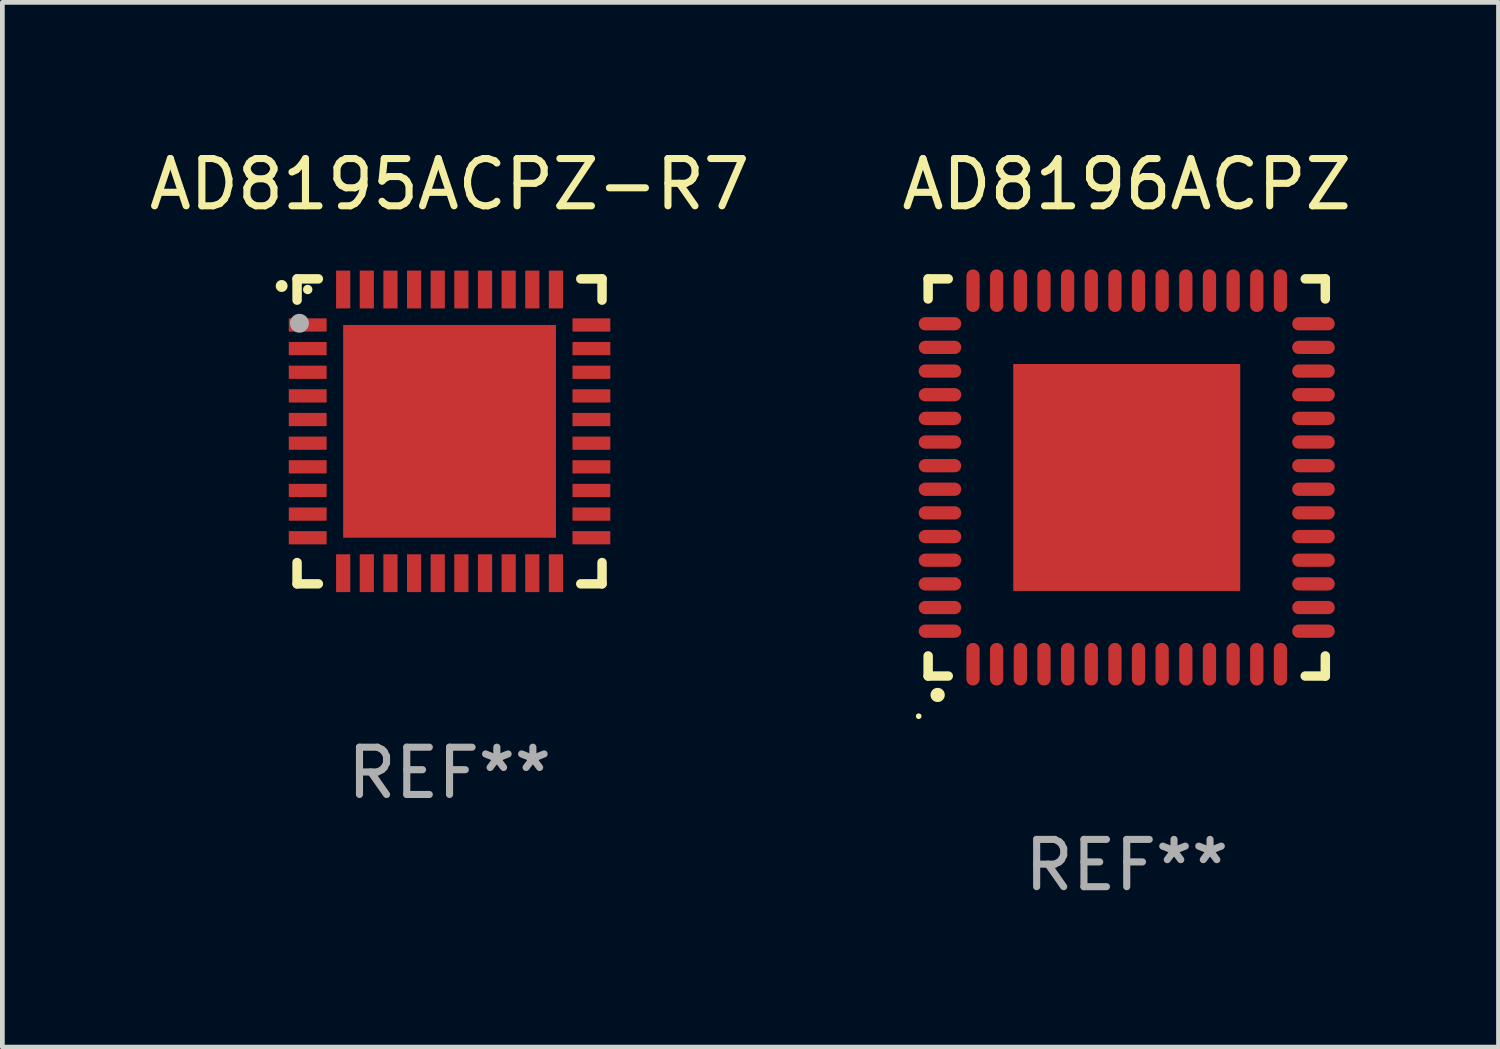
<source format=kicad_pcb>
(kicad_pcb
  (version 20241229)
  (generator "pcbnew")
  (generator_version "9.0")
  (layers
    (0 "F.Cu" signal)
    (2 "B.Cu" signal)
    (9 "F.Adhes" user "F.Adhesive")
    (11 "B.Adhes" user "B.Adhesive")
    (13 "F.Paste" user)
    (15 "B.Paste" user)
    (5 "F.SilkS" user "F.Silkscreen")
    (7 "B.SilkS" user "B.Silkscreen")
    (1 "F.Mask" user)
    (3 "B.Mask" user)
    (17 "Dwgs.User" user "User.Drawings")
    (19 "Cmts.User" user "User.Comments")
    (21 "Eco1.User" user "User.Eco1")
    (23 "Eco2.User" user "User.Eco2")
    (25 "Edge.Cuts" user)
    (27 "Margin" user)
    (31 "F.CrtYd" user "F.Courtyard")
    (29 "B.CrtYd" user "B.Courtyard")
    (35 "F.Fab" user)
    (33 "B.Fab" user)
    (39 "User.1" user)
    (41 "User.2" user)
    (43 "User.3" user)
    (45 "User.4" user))
  (footprint "AD8195ACPZ-R7"
    (layer "F.Cu")
    (at 6.458 6.073)
    (property "Reference" "AD8195ACPZ-R7" (at 0 -5.225 0) (layer "F.SilkS") (effects (font (size 1 1) (thickness 0.15))))
    (attr through_hole)
    (fp_line (start -3.225 -3.225) (end -2.775 -3.225) (stroke (width 0.2) (type solid)) (layer "F.SilkS"))
    (fp_line (start -3.225 -2.775) (end -3.225 -3.225) (stroke (width 0.2) (type solid)) (layer "F.SilkS"))
    (fp_line (start -3.225 2.775) (end -3.225 3.225) (stroke (width 0.2) (type solid)) (layer "F.SilkS"))
    (fp_line (start -3.225 3.225) (end -2.775 3.225) (stroke (width 0.2) (type solid)) (layer "F.SilkS"))
    (fp_line (start 2.775 -3.225) (end 3.225 -3.225) (stroke (width 0.2) (type solid)) (layer "F.SilkS"))
    (fp_line (start 2.775 3.225) (end 3.225 3.225) (stroke (width 0.2) (type solid)) (layer "F.SilkS"))
    (fp_line (start 3.225 -3.225) (end 3.225 -2.775) (stroke (width 0.2) (type solid)) (layer "F.SilkS"))
    (fp_line (start 3.225 3.225) (end 3.225 2.775) (stroke (width 0.2) (type solid)) (layer "F.SilkS"))
    (fp_arc (start -3.55094 -3.073406) (mid -3.550946 -3.074676) (end -3.55094 -3.075946) (stroke (width 0.25) (type solid)) (layer "F.SilkS"))
    (fp_circle (center -3 -3) (end -2.95 -3) (stroke (width 0.1) (type solid)) (fill no) (layer "F.SilkS"))
    (fp_circle (center -3.175 -2.286) (end -3.075 -2.286) (stroke (width 0.2) (type solid)) (fill no) (layer "F.Fab"))
    (fp_text user "REF**" (at 0 7.225 0) (layer "F.Fab") (effects (font (size 1 1) (thickness 0.15))))
    (pad "1" smd rect (at -3 -2.25) (size 0.8 0.28) (layers "F.Cu" "F.Mask" "F.Paste"))
    (pad "2" smd rect (at -3 -1.75) (size 0.8 0.28) (layers "F.Cu" "F.Mask" "F.Paste"))
    (pad "3" smd rect (at -3 -1.25) (size 0.8 0.28) (layers "F.Cu" "F.Mask" "F.Paste"))
    (pad "4" smd rect (at -3 -0.75) (size 0.8 0.28) (layers "F.Cu" "F.Mask" "F.Paste"))
    (pad "5" smd rect (at -3 -0.25) (size 0.8 0.28) (layers "F.Cu" "F.Mask" "F.Paste"))
    (pad "6" smd rect (at -3 0.25) (size 0.8 0.28) (layers "F.Cu" "F.Mask" "F.Paste"))
    (pad "7" smd rect (at -3 0.75) (size 0.8 0.28) (layers "F.Cu" "F.Mask" "F.Paste"))
    (pad "8" smd rect (at -3 1.25) (size 0.8 0.28) (layers "F.Cu" "F.Mask" "F.Paste"))
    (pad "9" smd rect (at -3 1.75) (size 0.8 0.28) (layers "F.Cu" "F.Mask" "F.Paste"))
    (pad "10" smd rect (at -3 2.25) (size 0.8 0.28) (layers "F.Cu" "F.Mask" "F.Paste"))
    (pad "11" smd rect (at -2.25 3) (size 0.3 0.8) (layers "F.Cu" "F.Mask" "F.Paste"))
    (pad "12" smd rect (at -1.75 3) (size 0.3 0.8) (layers "F.Cu" "F.Mask" "F.Paste"))
    (pad "13" smd rect (at -1.25 3) (size 0.3 0.8) (layers "F.Cu" "F.Mask" "F.Paste"))
    (pad "14" smd rect (at -0.75 3) (size 0.3 0.8) (layers "F.Cu" "F.Mask" "F.Paste"))
    (pad "15" smd rect (at -0.25 3) (size 0.3 0.8) (layers "F.Cu" "F.Mask" "F.Paste"))
    (pad "16" smd rect (at 0.25 3) (size 0.3 0.8) (layers "F.Cu" "F.Mask" "F.Paste"))
    (pad "17" smd rect (at 0.75 3) (size 0.3 0.8) (layers "F.Cu" "F.Mask" "F.Paste"))
    (pad "18" smd rect (at 1.25 3) (size 0.3 0.8) (layers "F.Cu" "F.Mask" "F.Paste"))
    (pad "19" smd rect (at 1.75 3) (size 0.3 0.8) (layers "F.Cu" "F.Mask" "F.Paste"))
    (pad "20" smd rect (at 2.25 3) (size 0.3 0.8) (layers "F.Cu" "F.Mask" "F.Paste"))
    (pad "21" smd rect (at 3 2.25) (size 0.8 0.28) (layers "F.Cu" "F.Mask" "F.Paste"))
    (pad "22" smd rect (at 3 1.75) (size 0.8 0.28) (layers "F.Cu" "F.Mask" "F.Paste"))
    (pad "23" smd rect (at 3 1.25) (size 0.8 0.28) (layers "F.Cu" "F.Mask" "F.Paste"))
    (pad "24" smd rect (at 3 0.75) (size 0.8 0.28) (layers "F.Cu" "F.Mask" "F.Paste"))
    (pad "25" smd rect (at 3 0.25) (size 0.8 0.28) (layers "F.Cu" "F.Mask" "F.Paste"))
    (pad "26" smd rect (at 3 -0.25) (size 0.8 0.28) (layers "F.Cu" "F.Mask" "F.Paste"))
    (pad "27" smd rect (at 3 -0.75) (size 0.8 0.28) (layers "F.Cu" "F.Mask" "F.Paste"))
    (pad "28" smd rect (at 3 -1.25) (size 0.8 0.28) (layers "F.Cu" "F.Mask" "F.Paste"))
    (pad "29" smd rect (at 3 -1.75) (size 0.8 0.28) (layers "F.Cu" "F.Mask" "F.Paste"))
    (pad "30" smd rect (at 3 -2.25) (size 0.8 0.28) (layers "F.Cu" "F.Mask" "F.Paste"))
    (pad "31" smd rect (at 2.25 -3) (size 0.3 0.8) (layers "F.Cu" "F.Mask" "F.Paste"))
    (pad "32" smd rect (at 1.75 -3) (size 0.3 0.8) (layers "F.Cu" "F.Mask" "F.Paste"))
    (pad "33" smd rect (at 1.25 -3) (size 0.3 0.8) (layers "F.Cu" "F.Mask" "F.Paste"))
    (pad "34" smd rect (at 0.75 -3) (size 0.3 0.8) (layers "F.Cu" "F.Mask" "F.Paste"))
    (pad "35" smd rect (at 0.25 -3) (size 0.3 0.8) (layers "F.Cu" "F.Mask" "F.Paste"))
    (pad "36" smd rect (at -0.25 -3) (size 0.3 0.8) (layers "F.Cu" "F.Mask" "F.Paste"))
    (pad "37" smd rect (at -0.75 -3) (size 0.3 0.8) (layers "F.Cu" "F.Mask" "F.Paste"))
    (pad "38" smd rect (at -1.25 -3) (size 0.3 0.8) (layers "F.Cu" "F.Mask" "F.Paste"))
    (pad "39" smd rect (at -1.75 -3) (size 0.3 0.8) (layers "F.Cu" "F.Mask" "F.Paste"))
    (pad "40" smd rect (at -2.25 -3) (size 0.3 0.8) (layers "F.Cu" "F.Mask" "F.Paste"))
    (pad "41" smd rect (at -0.000013 0) (size 4.5 4.5) (layers "F.Cu" "F.Mask" "F.Paste")))
  (footprint "AD8196ACPZ"
    (layer "F.Cu")
    (at 20.78 7.048)
    (property "Reference" "AD8196ACPZ" (at 0 -6.2 0) (layer "F.SilkS") (effects (font (size 1 1) (thickness 0.15))))
    (attr through_hole)
    (fp_line (start -4.2 -4.2) (end -4.2 -3.775) (stroke (width 0.2) (type solid)) (layer "F.SilkS"))
    (fp_line (start -4.2 4.2) (end -4.2 3.775) (stroke (width 0.2) (type solid)) (layer "F.SilkS"))
    (fp_line (start -3.775 -4.2) (end -4.2 -4.2) (stroke (width 0.2) (type solid)) (layer "F.SilkS"))
    (fp_line (start -3.775 4.2) (end -4.2 4.2) (stroke (width 0.2) (type solid)) (layer "F.SilkS"))
    (fp_line (start 3.775 4.2) (end 4.2 4.2) (stroke (width 0.2) (type solid)) (layer "F.SilkS"))
    (fp_line (start 4.2 -4.2) (end 3.775 -4.2) (stroke (width 0.2) (type solid)) (layer "F.SilkS"))
    (fp_line (start 4.2 -3.775) (end 4.2 -4.2) (stroke (width 0.2) (type solid)) (layer "F.SilkS"))
    (fp_line (start 4.2 4.2) (end 4.2 3.775) (stroke (width 0.2) (type solid)) (layer "F.SilkS"))
    (fp_arc (start -4.000508 4.599949) (mid -3.999238 4.599944) (end -3.997968 4.599949) (stroke (width 0.3) (type solid)) (layer "F.SilkS"))
    (fp_circle (center -4.4 5.05) (end -4.37 5.05) (stroke (width 0.06) (type solid)) (fill no) (layer "F.SilkS"))
    (fp_text user "REF**" (at 0 8.2 0) (layer "F.Fab") (effects (font (size 1 1) (thickness 0.15))))
    (pad "1" smd oval (at -3.251 3.95 180) (size 0.28 0.9) (layers "F.Cu" "F.Mask" "F.Paste"))
    (pad "2" smd oval (at -2.751 3.95 180) (size 0.28 0.9) (layers "F.Cu" "F.Mask" "F.Paste"))
    (pad "3" smd oval (at -2.25 3.95 180) (size 0.28 0.9) (layers "F.Cu" "F.Mask" "F.Paste"))
    (pad "4" smd oval (at -1.75 3.95 180) (size 0.28 0.9) (layers "F.Cu" "F.Mask" "F.Paste"))
    (pad "5" smd oval (at -1.25 3.95 180) (size 0.28 0.9) (layers "F.Cu" "F.Mask" "F.Paste"))
    (pad "6" smd oval (at -0.749 3.95 180) (size 0.28 0.9) (layers "F.Cu" "F.Mask" "F.Paste"))
    (pad "7" smd oval (at -0.249 3.95 180) (size 0.28 0.9) (layers "F.Cu" "F.Mask" "F.Paste"))
    (pad "8" smd oval (at 0.249 3.95 180) (size 0.28 0.9) (layers "F.Cu" "F.Mask" "F.Paste"))
    (pad "9" smd oval (at 0.749 3.95 180) (size 0.28 0.9) (layers "F.Cu" "F.Mask" "F.Paste"))
    (pad "10" smd oval (at 1.25 3.95 180) (size 0.28 0.9) (layers "F.Cu" "F.Mask" "F.Paste"))
    (pad "11" smd oval (at 1.75 3.95 180) (size 0.28 0.9) (layers "F.Cu" "F.Mask" "F.Paste"))
    (pad "12" smd oval (at 2.251 3.95 180) (size 0.28 0.9) (layers "F.Cu" "F.Mask" "F.Paste"))
    (pad "13" smd oval (at 2.751 3.95 180) (size 0.28 0.9) (layers "F.Cu" "F.Mask" "F.Paste"))
    (pad "14" smd oval (at 3.251 3.95 180) (size 0.28 0.9) (layers "F.Cu" "F.Mask" "F.Paste"))
    (pad "15" smd oval (at 3.95 3.251 90) (size 0.28 0.9) (layers "F.Cu" "F.Mask" "F.Paste"))
    (pad "16" smd oval (at 3.95 2.751 90) (size 0.28 0.9) (layers "F.Cu" "F.Mask" "F.Paste"))
    (pad "17" smd oval (at 3.95 2.251 90) (size 0.28 0.9) (layers "F.Cu" "F.Mask" "F.Paste"))
    (pad "18" smd oval (at 3.95 1.75 90) (size 0.28 0.9) (layers "F.Cu" "F.Mask" "F.Paste"))
    (pad "19" smd oval (at 3.95 1.25 90) (size 0.28 0.9) (layers "F.Cu" "F.Mask" "F.Paste"))
    (pad "20" smd oval (at 3.95 0.749 90) (size 0.28 0.9) (layers "F.Cu" "F.Mask" "F.Paste"))
    (pad "21" smd oval (at 3.95 0.249 90) (size 0.28 0.9) (layers "F.Cu" "F.Mask" "F.Paste"))
    (pad "22" smd oval (at 3.95 -0.249 90) (size 0.28 0.9) (layers "F.Cu" "F.Mask" "F.Paste"))
    (pad "23" smd oval (at 3.95 -0.749 90) (size 0.28 0.9) (layers "F.Cu" "F.Mask" "F.Paste"))
    (pad "24" smd oval (at 3.95 -1.25 90) (size 0.28 0.9) (layers "F.Cu" "F.Mask" "F.Paste"))
    (pad "25" smd oval (at 3.95 -1.75 90) (size 0.28 0.9) (layers "F.Cu" "F.Mask" "F.Paste"))
    (pad "26" smd oval (at 3.95 -2.25 90) (size 0.28 0.9) (layers "F.Cu" "F.Mask" "F.Paste"))
    (pad "27" smd oval (at 3.95 -2.751 90) (size 0.28 0.9) (layers "F.Cu" "F.Mask" "F.Paste"))
    (pad "28" smd oval (at 3.95 -3.251 90) (size 0.28 0.9) (layers "F.Cu" "F.Mask" "F.Paste"))
    (pad "29" smd oval (at 3.251 -3.95 180) (size 0.28 0.9) (layers "F.Cu" "F.Mask" "F.Paste"))
    (pad "30" smd oval (at 2.751 -3.95 180) (size 0.28 0.9) (layers "F.Cu" "F.Mask" "F.Paste"))
    (pad "31" smd oval (at 2.251 -3.95 180) (size 0.28 0.9) (layers "F.Cu" "F.Mask" "F.Paste"))
    (pad "32" smd oval (at 1.75 -3.95 180) (size 0.28 0.9) (layers "F.Cu" "F.Mask" "F.Paste"))
    (pad "33" smd oval (at 1.25 -3.95 180) (size 0.28 0.9) (layers "F.Cu" "F.Mask" "F.Paste"))
    (pad "34" smd oval (at 0.749 -3.95 180) (size 0.28 0.9) (layers "F.Cu" "F.Mask" "F.Paste"))
    (pad "35" smd oval (at 0.249 -3.95 180) (size 0.28 0.9) (layers "F.Cu" "F.Mask" "F.Paste"))
    (pad "36" smd oval (at -0.249 -3.95 180) (size 0.28 0.9) (layers "F.Cu" "F.Mask" "F.Paste"))
    (pad "37" smd oval (at -0.749 -3.95 180) (size 0.28 0.9) (layers "F.Cu" "F.Mask" "F.Paste"))
    (pad "38" smd oval (at -1.25 -3.95 180) (size 0.28 0.9) (layers "F.Cu" "F.Mask" "F.Paste"))
    (pad "39" smd oval (at -1.75 -3.95 180) (size 0.28 0.9) (layers "F.Cu" "F.Mask" "F.Paste"))
    (pad "40" smd oval (at -2.25 -3.95 180) (size 0.28 0.9) (layers "F.Cu" "F.Mask" "F.Paste"))
    (pad "41" smd oval (at -2.751 -3.95 180) (size 0.28 0.9) (layers "F.Cu" "F.Mask" "F.Paste"))
    (pad "42" smd oval (at -3.251 -3.95 180) (size 0.28 0.9) (layers "F.Cu" "F.Mask" "F.Paste"))
    (pad "43" smd oval (at -3.95 -3.251 90) (size 0.28 0.9) (layers "F.Cu" "F.Mask" "F.Paste"))
    (pad "44" smd oval (at -3.95 -2.751 90) (size 0.28 0.9) (layers "F.Cu" "F.Mask" "F.Paste"))
    (pad "45" smd oval (at -3.95 -2.25 90) (size 0.28 0.9) (layers "F.Cu" "F.Mask" "F.Paste"))
    (pad "46" smd oval (at -3.95 -1.75 90) (size 0.28 0.9) (layers "F.Cu" "F.Mask" "F.Paste"))
    (pad "47" smd oval (at -3.95 -1.25 90) (size 0.28 0.9) (layers "F.Cu" "F.Mask" "F.Paste"))
    (pad "48" smd oval (at -3.95 -0.749 90) (size 0.28 0.9) (layers "F.Cu" "F.Mask" "F.Paste"))
    (pad "49" smd oval (at -3.95 -0.249 90) (size 0.28 0.9) (layers "F.Cu" "F.Mask" "F.Paste"))
    (pad "50" smd oval (at -3.95 0.249 90) (size 0.28 0.9) (layers "F.Cu" "F.Mask" "F.Paste"))
    (pad "51" smd oval (at -3.95 0.749 90) (size 0.28 0.9) (layers "F.Cu" "F.Mask" "F.Paste"))
    (pad "52" smd oval (at -3.95 1.25 90) (size 0.28 0.9) (layers "F.Cu" "F.Mask" "F.Paste"))
    (pad "53" smd oval (at -3.95 1.75 90) (size 0.28 0.9) (layers "F.Cu" "F.Mask" "F.Paste"))
    (pad "54" smd oval (at -3.95 2.251 90) (size 0.28 0.9) (layers "F.Cu" "F.Mask" "F.Paste"))
    (pad "55" smd oval (at -3.95 2.751 90) (size 0.28 0.9) (layers "F.Cu" "F.Mask" "F.Paste"))
    (pad "56" smd oval (at -3.95 3.251 90) (size 0.28 0.9) (layers "F.Cu" "F.Mask" "F.Paste"))
    (pad "57" smd rect (at 0.000076 0.000076 90) (size 4.8 4.8) (layers "F.Cu" "F.Mask" "F.Paste")))
  (gr_rect
    (start -3 -3)
    (end 28.643 19.096)
    (stroke (width 0.1) (type default))
    (fill no)
    (layer "Edge.Cuts")))
</source>
